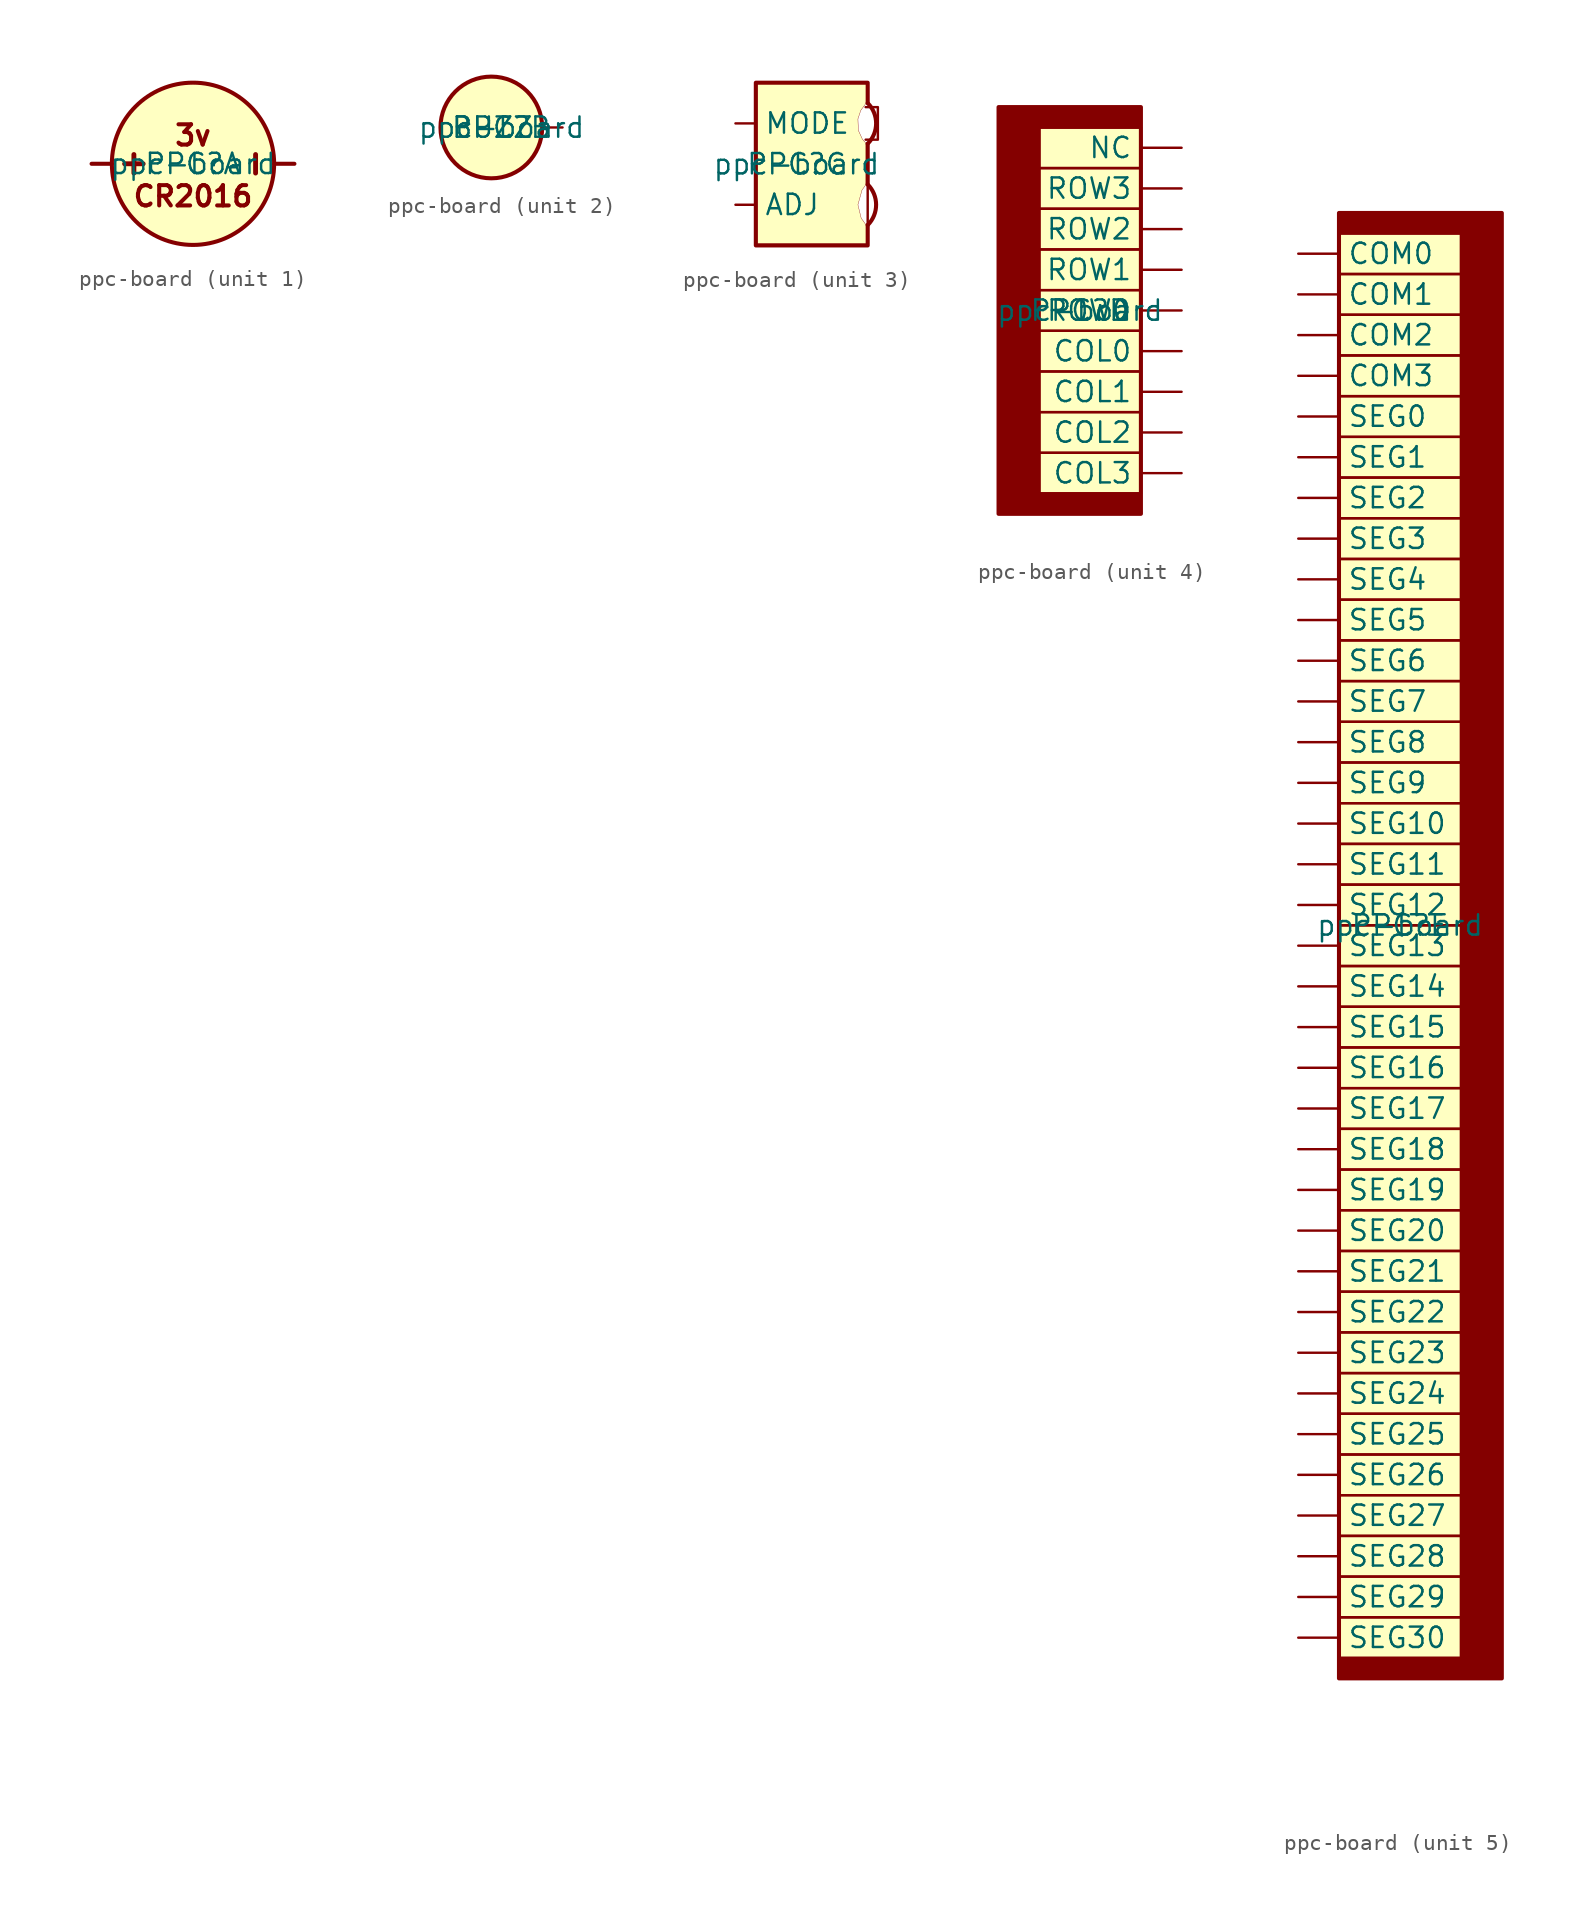
<source format=kicad_sym>
(kicad_symbol_lib
  (version 20220126)
  (generator kicad_symbol_editor)
  (symbol "ppc-board"
    (pin_numbers hide)
    (property "Reference" "PPC"
      (at 0 0 0)
      (effects (font (size 1.27 1.27))))
    (property "Value" "ppc-board"
      (at 0 0 0)
      (effects (font (size 1.27 1.27))))
    (property "ki_locked" ""
      (at 0 0 0)
      (effects (font (size 1.27 1.27))))
    (symbol "ppc-board_1_0"
      (circle (center 0 0) (radius 5.08) (stroke (width 0.254) (type default)) (fill (type background)))
      (text "+" (at -3.81 0 900) (effects (font (size 1.524 1.524) bold)))
      (text "-" (at 3.81 0 900) (effects (font (size 1.524 1.524) bold)))
      (text "3v" (at 0 1.778 0) (effects (font (size 1.27 1.27) bold)))
      (text "CR2016" (at 0 -2.032 0) (effects (font (size 1.27 1.27) bold))))
    (symbol "ppc-board_1_1"
      (polyline (pts (xy -5.08 0) (xy -6.35 0)) (stroke (width 0.254) (type default)) (fill (type none)))
      (polyline (pts (xy 5.08 0) (xy 6.35 0)) (stroke (width 0.254) (type default)) (fill (type none)))
      (pin power_out line (at -6.35 0 0) (length 1.27) hide (name "VCC" (effects (font (size 1.27 1.27)))) (number "1" (effects (font (size 1.27 1.27)))))
      (pin power_out line (at 6.35 0 180) (length 1.27) hide (name "GND" (effects (font (size 1.27 1.27)))) (number "2" (effects (font (size 1.27 1.27))))))
    (symbol "ppc-board_2_0"
      (circle (center -0.635 0) (radius 3.175) (stroke (width 0.254) (type default)) (fill (type background))))
    (symbol "ppc-board_2_1"
      (pin input line (at 3.81 0 180) (length 1.27) (name "BUZZ" (effects (font (size 1.27 1.27)))) (number "3" (effects (font (size 1.27 1.27))))))
    (symbol "ppc-board_3_0"
      (polyline (pts (xy 4.445 -3.81) (xy 4.445 -1.27)) (stroke (width 0.152) (type default)) (fill (type none)))
      (polyline (pts (xy 4.445 -1.27) (xy 4.445 1.27)) (stroke (width 0.254) (type default)) (fill (type none)))
      (polyline (pts (xy 4.318 1.524) (xy 5.08 1.524) (xy 5.08 3.556) (xy 4.318 3.556)) (stroke (width 0.152) (type default)) (fill (type none)))
      (polyline (pts (xy 4.445 3.81) (xy 4.445 5.08) (xy -2.54 5.08) (xy -2.54 -5.08) (xy 4.445 -5.08) (xy 4.445 -3.81)) (stroke (width 0.254) (type default)) (fill (type none)))
      (polyline (pts (xy 4.369 5.004) (xy 4.369 3.835) (xy 4.013 3.353) (xy 3.835 2.819) (xy 3.861 2.108) (xy 4.115 1.549) (xy 4.343 1.295) (xy 4.343 0.864) (xy 4.343 -1.27) (xy 4.089 -1.626) (xy 3.835 -2.54) (xy 4.039 -3.378) (xy 4.369 -3.835) (xy 4.369 -4.978) (xy -2.438 -4.978) (xy -2.438 5.029) (xy 4.369 5.004)) (stroke (width 0.003) (type default)) (fill (type background))))
    (symbol "ppc-board_3_1"
      (arc (start 4.4449 -3.81) (mid 7.5111 -2.54) (end 4.4449 -1.27) (stroke (width 0.254) (type default)) (fill (type none)))
      (arc (start 4.4449 1.27) (mid 7.5111 2.54) (end 4.4449 3.81) (stroke (width 0.254) (type default)) (fill (type none)))
      (pin output line (at -3.81 2.54 0) (length 1.27) (name "MODE" (effects (font (size 1.27 1.27)))) (number "4" (effects (font (size 1.27 1.27)))))
      (pin output line (at -3.81 -2.54 0) (length 1.27) (name "ADJ" (effects (font (size 1.27 1.27)))) (number "5" (effects (font (size 1.27 1.27))))))
    (symbol "ppc-board_4_0"
      (rectangle (start -5.08 12.7) (end 3.81 -12.7) (stroke (width 0.254) (type default)) (fill (type none)))
      (rectangle (start -2.54 11.43) (end 3.81 -11.43) (stroke (width 0) (type default)) (fill (type background)))
      (polyline (pts (xy 3.81 11.43) (xy 3.81 12.7) (xy -5.08 12.7) (xy -5.08 -12.7) (xy 3.81 -12.7) (xy 3.81 -11.43) (xy -2.54 -11.43) (xy -2.54 11.43) (xy 3.81 11.43)) (stroke (width 0) (type default)) (fill (type outline)))
      (rectangle (start 3.81 -8.89) (end -2.54 -11.43) (stroke (width 0) (type default)) (fill (type none)))
      (rectangle (start 3.81 -6.35) (end -2.54 -8.89) (stroke (width 0) (type default)) (fill (type none)))
      (rectangle (start 3.81 -3.81) (end -2.54 -6.35) (stroke (width 0) (type default)) (fill (type none)))
      (rectangle (start 3.81 -1.27) (end -2.54 -3.81) (stroke (width 0) (type default)) (fill (type none)))
      (rectangle (start 3.81 1.27) (end -2.54 -1.27) (stroke (width 0) (type default)) (fill (type none)))
      (rectangle (start 3.81 3.81) (end -2.54 1.27) (stroke (width 0) (type default)) (fill (type none)))
      (rectangle (start 3.81 6.35) (end -2.54 3.81) (stroke (width 0) (type default)) (fill (type none)))
      (rectangle (start 3.81 8.89) (end -2.54 6.35) (stroke (width 0) (type default)) (fill (type none)))
      (rectangle (start 3.81 11.43) (end -2.54 8.89) (stroke (width 0) (type default)) (fill (type none))))
    (symbol "ppc-board_4_1"
      (pin bidirectional line (at 6.35 0 180) (length 2.54) (name "ROW0" (effects (font (size 1.27 1.27)))) (number "10" (effects (font (size 1.27 1.27)))))
      (pin bidirectional line (at 6.35 -2.54 180) (length 2.54) (name "COL0" (effects (font (size 1.27 1.27)))) (number "11" (effects (font (size 1.27 1.27)))))
      (pin bidirectional line (at 6.35 -5.08 180) (length 2.54) (name "COL1" (effects (font (size 1.27 1.27)))) (number "12" (effects (font (size 1.27 1.27)))))
      (pin bidirectional line (at 6.35 -7.62 180) (length 2.54) (name "COL2" (effects (font (size 1.27 1.27)))) (number "13" (effects (font (size 1.27 1.27)))))
      (pin bidirectional line (at 6.35 -10.16 180) (length 2.54) (name "COL3" (effects (font (size 1.27 1.27)))) (number "14" (effects (font (size 1.27 1.27)))))
      (pin unspecified line (at 6.35 10.16 180) (length 2.54) (name "NC" (effects (font (size 1.27 1.27)))) (number "6" (effects (font (size 1.27 1.27)))))
      (pin bidirectional line (at 6.35 7.62 180) (length 2.54) (name "ROW3" (effects (font (size 1.27 1.27)))) (number "7" (effects (font (size 1.27 1.27)))))
      (pin bidirectional line (at 6.35 5.08 180) (length 2.54) (name "ROW2" (effects (font (size 1.27 1.27)))) (number "8" (effects (font (size 1.27 1.27)))))
      (pin bidirectional line (at 6.35 2.54 180) (length 2.54) (name "ROW1" (effects (font (size 1.27 1.27)))) (number "9" (effects (font (size 1.27 1.27))))))
    (symbol "ppc-board_5_0"
      (rectangle (start -3.81 -43.18) (end 3.81 -45.72) (stroke (width 0) (type default)) (fill (type none)))
      (rectangle (start -3.81 -40.64) (end 3.81 -43.18) (stroke (width 0) (type default)) (fill (type none)))
      (rectangle (start -3.81 -38.1) (end 3.81 -40.64) (stroke (width 0) (type default)) (fill (type none)))
      (rectangle (start -3.81 -35.56) (end 3.81 -38.1) (stroke (width 0) (type default)) (fill (type none)))
      (rectangle (start -3.81 -33.02) (end 3.81 -35.56) (stroke (width 0) (type default)) (fill (type none)))
      (rectangle (start -3.81 -30.48) (end 3.81 -33.02) (stroke (width 0) (type default)) (fill (type none)))
      (rectangle (start -3.81 -27.94) (end 3.81 -30.48) (stroke (width 0) (type default)) (fill (type none)))
      (rectangle (start -3.81 -25.4) (end 3.81 -27.94) (stroke (width 0) (type default)) (fill (type none)))
      (rectangle (start -3.81 -22.86) (end 3.81 -25.4) (stroke (width 0) (type default)) (fill (type none)))
      (rectangle (start -3.81 -20.32) (end 3.81 -22.86) (stroke (width 0) (type default)) (fill (type none)))
      (rectangle (start -3.81 -17.78) (end 3.81 -20.32) (stroke (width 0) (type default)) (fill (type none)))
      (rectangle (start -3.81 -15.24) (end 3.81 -17.78) (stroke (width 0) (type default)) (fill (type none)))
      (rectangle (start -3.81 -12.7) (end 3.81 -15.24) (stroke (width 0) (type default)) (fill (type none)))
      (rectangle (start -3.81 -10.16) (end 3.81 -12.7) (stroke (width 0) (type default)) (fill (type none)))
      (rectangle (start -3.81 -7.62) (end 3.81 -10.16) (stroke (width 0) (type default)) (fill (type none)))
      (rectangle (start -3.81 -5.08) (end 3.81 -7.62) (stroke (width 0) (type default)) (fill (type none)))
      (rectangle (start -3.81 -2.54) (end 3.81 -5.08) (stroke (width 0) (type default)) (fill (type none)))
      (rectangle (start -3.81 0) (end 3.81 -2.54) (stroke (width 0) (type default)) (fill (type none)))
      (rectangle (start -3.81 2.54) (end 3.81 0) (stroke (width 0) (type default)) (fill (type none)))
      (rectangle (start -3.81 5.08) (end 3.81 2.54) (stroke (width 0) (type default)) (fill (type none)))
      (rectangle (start -3.81 7.62) (end 3.81 5.08) (stroke (width 0) (type default)) (fill (type none)))
      (rectangle (start -3.81 10.16) (end 3.81 7.62) (stroke (width 0) (type default)) (fill (type none)))
      (rectangle (start -3.81 12.7) (end 3.81 10.16) (stroke (width 0) (type default)) (fill (type none)))
      (rectangle (start -3.81 15.24) (end 3.81 12.7) (stroke (width 0) (type default)) (fill (type none)))
      (rectangle (start -3.81 17.78) (end 3.81 15.24) (stroke (width 0) (type default)) (fill (type none)))
      (rectangle (start -3.81 20.32) (end 3.81 17.78) (stroke (width 0) (type default)) (fill (type none)))
      (rectangle (start -3.81 22.86) (end 3.81 20.32) (stroke (width 0) (type default)) (fill (type none)))
      (rectangle (start -3.81 25.4) (end 3.81 22.86) (stroke (width 0) (type default)) (fill (type none)))
      (rectangle (start -3.81 27.94) (end 3.81 25.4) (stroke (width 0) (type default)) (fill (type none)))
      (rectangle (start -3.81 30.48) (end 3.81 27.94) (stroke (width 0) (type default)) (fill (type none)))
      (rectangle (start -3.81 33.02) (end 3.81 30.48) (stroke (width 0) (type default)) (fill (type none)))
      (rectangle (start -3.81 35.56) (end 3.81 33.02) (stroke (width 0) (type default)) (fill (type none)))
      (rectangle (start -3.81 38.1) (end 3.81 35.56) (stroke (width 0) (type default)) (fill (type none)))
      (rectangle (start -3.81 40.64) (end 3.81 38.1) (stroke (width 0) (type default)) (fill (type none)))
      (rectangle (start -3.81 43.18) (end 3.81 -45.72) (stroke (width 0) (type default)) (fill (type background)))
      (rectangle (start -3.81 43.18) (end 3.81 40.64) (stroke (width 0) (type default)) (fill (type none)))
      (rectangle (start -3.81 44.45) (end 6.35 -46.99) (stroke (width 0.254) (type default)) (fill (type none)))
      (polyline (pts (xy -3.81 43.18) (xy -3.81 44.45) (xy 6.35 44.45) (xy 6.35 -46.99) (xy -3.81 -46.99) (xy -3.81 -45.72) (xy 3.81 -45.72) (xy 3.81 43.18) (xy -3.81 43.18)) (stroke (width 0) (type default)) (fill (type outline))))
    (symbol "ppc-board_5_1"
      (pin input line (at -6.35 41.91 0) (length 2.54) (name "COM0" (effects (font (size 1.27 1.27)))) (number "15" (effects (font (size 1.27 1.27)))))
      (pin input line (at -6.35 39.37 0) (length 2.54) (name "COM1" (effects (font (size 1.27 1.27)))) (number "16" (effects (font (size 1.27 1.27)))))
      (pin input line (at -6.35 36.83 0) (length 2.54) (name "COM2" (effects (font (size 1.27 1.27)))) (number "17" (effects (font (size 1.27 1.27)))))
      (pin input line (at -6.35 34.29 0) (length 2.54) (name "COM3" (effects (font (size 1.27 1.27)))) (number "18" (effects (font (size 1.27 1.27)))))
      (pin input line (at -6.35 31.75 0) (length 2.54) (name "SEG0" (effects (font (size 1.27 1.27)))) (number "19" (effects (font (size 1.27 1.27)))))
      (pin input line (at -6.35 29.21 0) (length 2.54) (name "SEG1" (effects (font (size 1.27 1.27)))) (number "20" (effects (font (size 1.27 1.27)))))
      (pin input line (at -6.35 26.67 0) (length 2.54) (name "SEG2" (effects (font (size 1.27 1.27)))) (number "21" (effects (font (size 1.27 1.27)))))
      (pin input line (at -6.35 24.13 0) (length 2.54) (name "SEG3" (effects (font (size 1.27 1.27)))) (number "22" (effects (font (size 1.27 1.27)))))
      (pin input line (at -6.35 21.59 0) (length 2.54) (name "SEG4" (effects (font (size 1.27 1.27)))) (number "23" (effects (font (size 1.27 1.27)))))
      (pin input line (at -6.35 19.05 0) (length 2.54) (name "SEG5" (effects (font (size 1.27 1.27)))) (number "24" (effects (font (size 1.27 1.27)))))
      (pin input line (at -6.35 16.51 0) (length 2.54) (name "SEG6" (effects (font (size 1.27 1.27)))) (number "25" (effects (font (size 1.27 1.27)))))
      (pin input line (at -6.35 13.97 0) (length 2.54) (name "SEG7" (effects (font (size 1.27 1.27)))) (number "26" (effects (font (size 1.27 1.27)))))
      (pin input line (at -6.35 11.43 0) (length 2.54) (name "SEG8" (effects (font (size 1.27 1.27)))) (number "27" (effects (font (size 1.27 1.27)))))
      (pin input line (at -6.35 8.89 0) (length 2.54) (name "SEG9" (effects (font (size 1.27 1.27)))) (number "28" (effects (font (size 1.27 1.27)))))
      (pin input line (at -6.35 6.35 0) (length 2.54) (name "SEG10" (effects (font (size 1.27 1.27)))) (number "29" (effects (font (size 1.27 1.27)))))
      (pin input line (at -6.35 3.81 0) (length 2.54) (name "SEG11" (effects (font (size 1.27 1.27)))) (number "30" (effects (font (size 1.27 1.27)))))
      (pin input line (at -6.35 1.27 0) (length 2.54) (name "SEG12" (effects (font (size 1.27 1.27)))) (number "31" (effects (font (size 1.27 1.27)))))
      (pin input line (at -6.35 -1.27 0) (length 2.54) (name "SEG13" (effects (font (size 1.27 1.27)))) (number "32" (effects (font (size 1.27 1.27)))))
      (pin input line (at -6.35 -3.81 0) (length 2.54) (name "SEG14" (effects (font (size 1.27 1.27)))) (number "33" (effects (font (size 1.27 1.27)))))
      (pin input line (at -6.35 -6.35 0) (length 2.54) (name "SEG15" (effects (font (size 1.27 1.27)))) (number "34" (effects (font (size 1.27 1.27)))))
      (pin input line (at -6.35 -8.89 0) (length 2.54) (name "SEG16" (effects (font (size 1.27 1.27)))) (number "35" (effects (font (size 1.27 1.27)))))
      (pin input line (at -6.35 -11.43 0) (length 2.54) (name "SEG17" (effects (font (size 1.27 1.27)))) (number "36" (effects (font (size 1.27 1.27)))))
      (pin input line (at -6.35 -13.97 0) (length 2.54) (name "SEG18" (effects (font (size 1.27 1.27)))) (number "37" (effects (font (size 1.27 1.27)))))
      (pin input line (at -6.35 -16.51 0) (length 2.54) (name "SEG19" (effects (font (size 1.27 1.27)))) (number "38" (effects (font (size 1.27 1.27)))))
      (pin input line (at -6.35 -19.05 0) (length 2.54) (name "SEG20" (effects (font (size 1.27 1.27)))) (number "39" (effects (font (size 1.27 1.27)))))
      (pin input line (at -6.35 -21.59 0) (length 2.54) (name "SEG21" (effects (font (size 1.27 1.27)))) (number "40" (effects (font (size 1.27 1.27)))))
      (pin input line (at -6.35 -24.13 0) (length 2.54) (name "SEG22" (effects (font (size 1.27 1.27)))) (number "41" (effects (font (size 1.27 1.27)))))
      (pin input line (at -6.35 -26.67 0) (length 2.54) (name "SEG23" (effects (font (size 1.27 1.27)))) (number "42" (effects (font (size 1.27 1.27)))))
      (pin input line (at -6.35 -29.21 0) (length 2.54) (name "SEG24" (effects (font (size 1.27 1.27)))) (number "43" (effects (font (size 1.27 1.27)))))
      (pin input line (at -6.35 -31.75 0) (length 2.54) (name "SEG25" (effects (font (size 1.27 1.27)))) (number "44" (effects (font (size 1.27 1.27)))))
      (pin input line (at -6.35 -34.29 0) (length 2.54) (name "SEG26" (effects (font (size 1.27 1.27)))) (number "45" (effects (font (size 1.27 1.27)))))
      (pin input line (at -6.35 -36.83 0) (length 2.54) (name "SEG27" (effects (font (size 1.27 1.27)))) (number "46" (effects (font (size 1.27 1.27)))))
      (pin input line (at -6.35 -39.37 0) (length 2.54) (name "SEG28" (effects (font (size 1.27 1.27)))) (number "47" (effects (font (size 1.27 1.27)))))
      (pin input line (at -6.35 -41.91 0) (length 2.54) (name "SEG29" (effects (font (size 1.27 1.27)))) (number "48" (effects (font (size 1.27 1.27)))))
      (pin input line (at -6.35 -44.45 0) (length 2.54) (name "SEG30" (effects (font (size 1.27 1.27)))) (number "49" (effects (font (size 1.27 1.27))))))))
</source>
